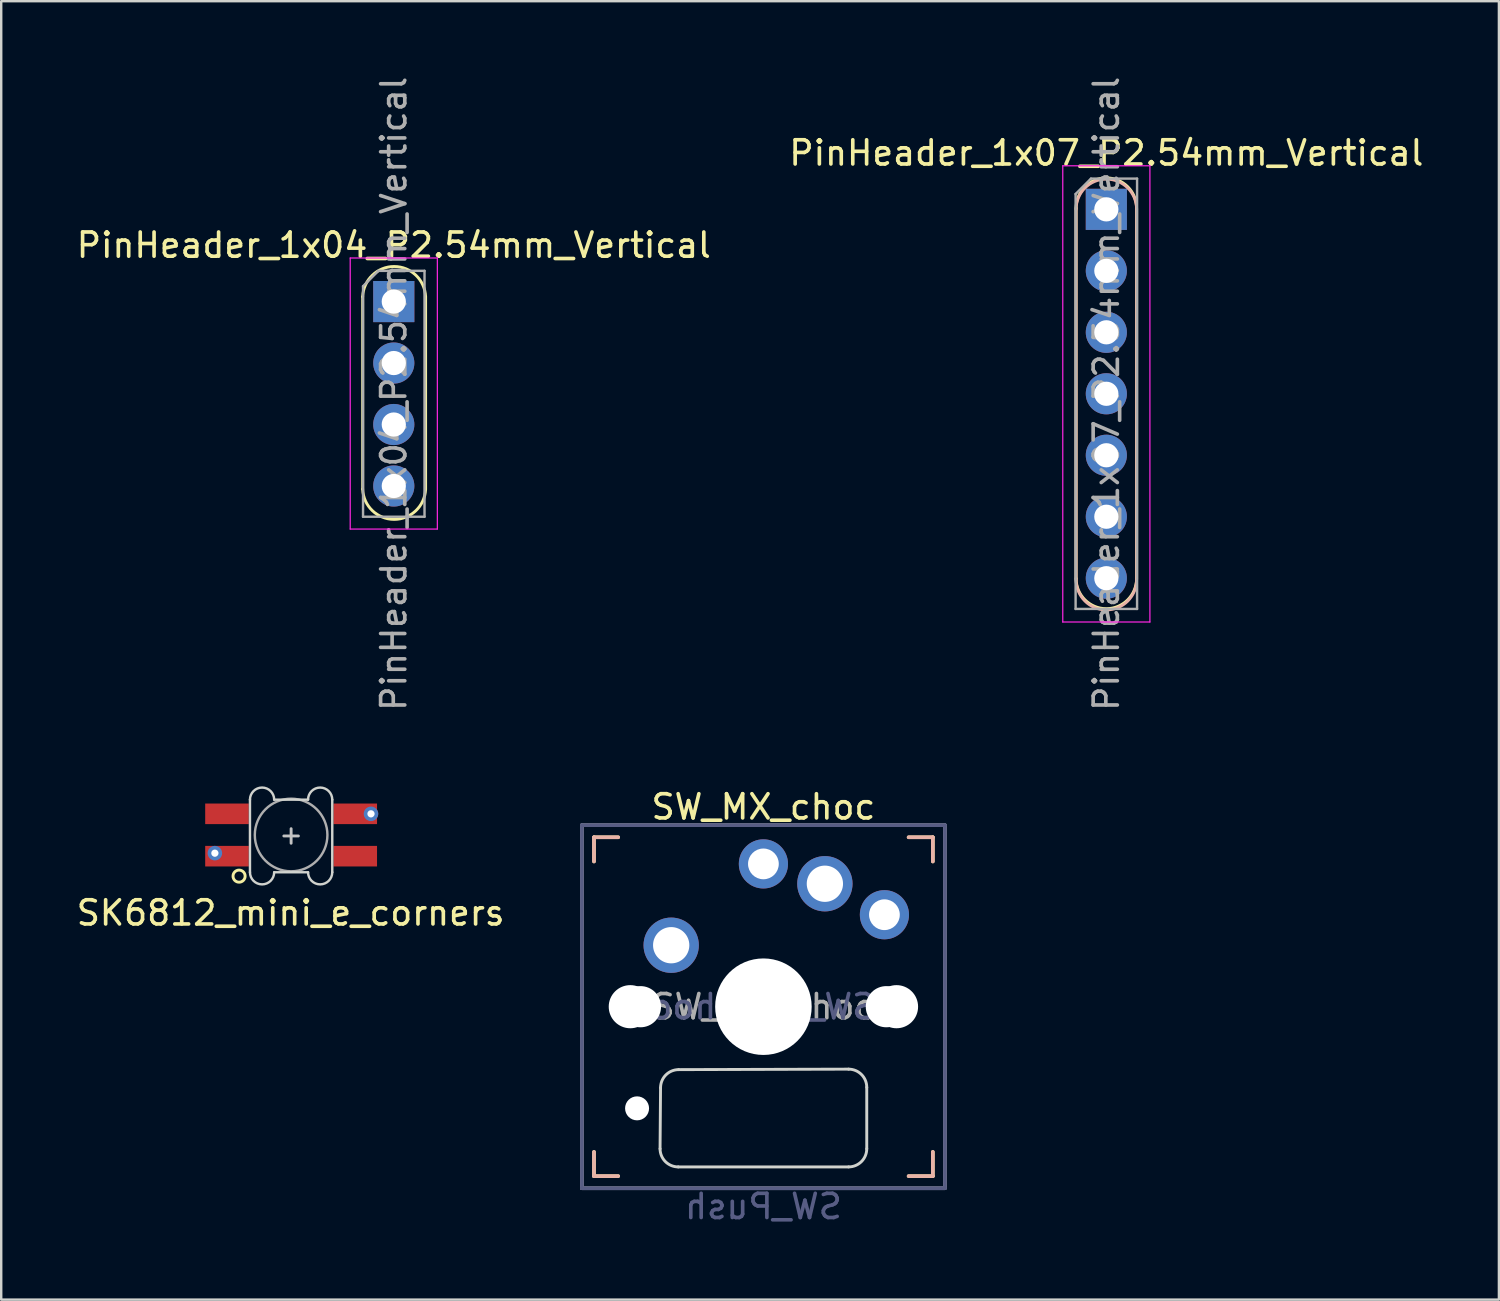
<source format=kicad_pcb>
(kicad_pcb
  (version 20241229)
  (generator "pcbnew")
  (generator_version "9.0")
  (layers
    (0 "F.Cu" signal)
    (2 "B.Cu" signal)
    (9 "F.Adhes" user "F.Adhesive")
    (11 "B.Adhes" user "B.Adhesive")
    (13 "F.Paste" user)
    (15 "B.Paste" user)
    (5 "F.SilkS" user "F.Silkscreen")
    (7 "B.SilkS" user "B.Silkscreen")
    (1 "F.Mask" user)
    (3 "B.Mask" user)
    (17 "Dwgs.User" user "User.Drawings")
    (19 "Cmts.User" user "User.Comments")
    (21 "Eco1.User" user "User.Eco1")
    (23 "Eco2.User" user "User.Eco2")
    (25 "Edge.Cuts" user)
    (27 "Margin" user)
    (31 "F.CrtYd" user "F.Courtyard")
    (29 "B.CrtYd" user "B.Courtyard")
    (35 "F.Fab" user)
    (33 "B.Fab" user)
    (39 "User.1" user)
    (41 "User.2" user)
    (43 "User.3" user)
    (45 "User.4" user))
  (footprint "SW_MX_choc"
    (layer "F.Cu")
    (at 28.492 38.544)
    (property "Reference" "SW_MX_choc" (at 0 -8.255 0) (layer "F.SilkS") (effects (font (size 1 1) (thickness 0.15))))
    (property "Value" "SW_Push" (at 0 8.255 0) (layer "F.Fab") (hide yes) (effects (font (size 1 1) (thickness 0.15))))
    (attr through_hole)
    (fp_line (start -7 -7) (end -6 -7) (stroke (width 0.15) (type solid)) (layer "F.SilkS"))
    (fp_line (start -7 -6) (end -7 -7) (stroke (width 0.15) (type solid)) (layer "F.SilkS"))
    (fp_line (start -7 7) (end -7 6) (stroke (width 0.15) (type solid)) (layer "F.SilkS"))
    (fp_line (start -6 7) (end -7 7) (stroke (width 0.15) (type solid)) (layer "F.SilkS"))
    (fp_line (start 6 -7) (end 7 -7) (stroke (width 0.15) (type solid)) (layer "F.SilkS"))
    (fp_line (start 7 -7) (end 7 -6) (stroke (width 0.15) (type solid)) (layer "F.SilkS"))
    (fp_line (start 7 6) (end 7 7) (stroke (width 0.15) (type solid)) (layer "F.SilkS"))
    (fp_line (start 7 7) (end 6 7) (stroke (width 0.15) (type solid)) (layer "F.SilkS"))
    (fp_line (start -7 -7) (end -6 -7) (stroke (width 0.15) (type solid)) (layer "B.SilkS"))
    (fp_line (start -7 -6) (end -7 -7) (stroke (width 0.15) (type solid)) (layer "B.SilkS"))
    (fp_line (start -7 7) (end -7 6) (stroke (width 0.15) (type solid)) (layer "B.SilkS"))
    (fp_line (start -6 7) (end -7 7) (stroke (width 0.15) (type solid)) (layer "B.SilkS"))
    (fp_line (start 6 -7) (end 7 -7) (stroke (width 0.15) (type solid)) (layer "B.SilkS"))
    (fp_line (start 7 -7) (end 7 -6) (stroke (width 0.15) (type solid)) (layer "B.SilkS"))
    (fp_line (start 7 6) (end 7 7) (stroke (width 0.15) (type solid)) (layer "B.SilkS"))
    (fp_line (start 7 7) (end 6 7) (stroke (width 0.15) (type solid)) (layer "B.SilkS"))
    (fp_line (start -6.9 6.9) (end -6.9 -6.9) (stroke (width 0.15) (type solid)) (layer "Eco2.User"))
    (fp_line (start -6.9 6.9) (end 6.9 6.9) (stroke (width 0.15) (type solid)) (layer "Eco2.User"))
    (fp_line (start 6.9 -6.9) (end -6.9 -6.9) (stroke (width 0.15) (type solid)) (layer "Eco2.User"))
    (fp_line (start 6.9 -6.9) (end 6.9 6.9) (stroke (width 0.15) (type solid)) (layer "Eco2.User"))
    (fp_line (start -4.25 3.35) (end -4.27 5.87) (stroke (width 0.12) (type solid)) (layer "Edge.Cuts"))
    (fp_line (start -3.52 6.62) (end 3.52 6.62) (stroke (width 0.12) (type solid)) (layer "Edge.Cuts"))
    (fp_line (start -3.5 2.6) (end 3.52 2.58) (stroke (width 0.12) (type solid)) (layer "Edge.Cuts"))
    (fp_line (start 4.27 5.87) (end 4.27 3.33) (stroke (width 0.12) (type solid)) (layer "Edge.Cuts"))
    (fp_arc (start -4.25 3.35) (mid -4.03033 2.81967) (end -3.5 2.6) (stroke (width 0.12) (type solid)) (layer "Edge.Cuts"))
    (fp_arc (start -3.51967 6.61967) (mid -4.05 6.4) (end -4.26967 5.86967) (stroke (width 0.12) (type solid)) (layer "Edge.Cuts"))
    (fp_arc (start 3.51967 2.58033) (mid 4.05 2.8) (end 4.26967 3.33033) (stroke (width 0.12) (type solid)) (layer "Edge.Cuts"))
    (fp_arc (start 4.26967 5.86967) (mid 4.05 6.4) (end 3.51967 6.61967) (stroke (width 0.12) (type solid)) (layer "Edge.Cuts"))
    (fp_line (start -7.5 -7.5) (end 7.5 -7.5) (stroke (width 0.15) (type solid)) (layer "B.Fab"))
    (fp_line (start -7.5 7.5) (end -7.5 -7.5) (stroke (width 0.15) (type solid)) (layer "B.Fab"))
    (fp_line (start 7.5 -7.5) (end 7.5 7.5) (stroke (width 0.15) (type solid)) (layer "B.Fab"))
    (fp_line (start 7.5 7.5) (end -7.5 7.5) (stroke (width 0.15) (type solid)) (layer "B.Fab"))
    (fp_line (start -7.5 -7.5) (end 7.5 -7.5) (stroke (width 0.15) (type solid)) (layer "F.Fab"))
    (fp_line (start -7.5 7.5) (end -7.5 -7.5) (stroke (width 0.15) (type solid)) (layer "F.Fab"))
    (fp_line (start 7.5 -7.5) (end 7.5 7.5) (stroke (width 0.15) (type solid)) (layer "F.Fab"))
    (fp_line (start 7.5 7.5) (end -7.5 7.5) (stroke (width 0.15) (type solid)) (layer "F.Fab"))
    (fp_text user "${VALUE}" (at 0 8.255 0) (layer "B.Fab") (effects (font (size 1 1) (thickness 0.15)) (justify mirror)))
    (fp_text user "${REFERENCE}" (at 0 0 0) (layer "B.Fab") (effects (font (size 1 1) (thickness 0.15)) (justify mirror)))
    (fp_text user "${REFERENCE}" (at 0 0 0) (layer "F.Fab") (effects (font (size 1 1) (thickness 0.15))))
    (pad "" np_thru_hole circle (at -5.5 0) (size 1.782 1.782) (drill 1.782) (layers "*.Cu" "*.Mask"))
    (pad "" np_thru_hole circle (at -5.22 4.2) (size 0.991 0.991) (drill 0.991) (layers "*.Cu" "*.Mask"))
    (pad "" np_thru_hole circle (at -5.08 0) (size 1.702 1.702) (drill 1.702) (layers "*.Cu" "*.Mask"))
    (pad "" np_thru_hole circle (at 0 0) (size 3.988 3.988) (drill 3.988) (layers "*.Cu" "*.Mask"))
    (pad "" np_thru_hole circle (at 5.08 0) (size 1.702 1.702) (drill 1.702) (layers "*.Cu" "*.Mask"))
    (pad "" np_thru_hole circle (at 5.5 0) (size 1.782 1.782) (drill 1.782) (layers "*.Cu" "*.Mask"))
    (pad "1" thru_hole circle (at -3.81 -2.54) (size 2.286 2.286) (drill 1.499) (layers "*.Cu" "*.Mask"))
    (pad "1" thru_hole circle (at 0 -5.9) (size 2.032 2.032) (drill 1.27) (layers "*.Cu" "*.Mask"))
    (pad "2" thru_hole circle (at 2.54 -5.08) (size 2.286 2.286) (drill 1.499) (layers "*.Cu" "*.Mask"))
    (pad "2" thru_hole circle (at 5 -3.8) (size 2.032 2.032) (drill 1.27) (layers "*.Cu" "*.Mask")))
  (footprint "PinHeader_1x07_P2.54mm_Vertical"
    (layer "F.Cu")
    (at 42.661 5.6)
    (property "Reference" "PinHeader_1x07_P2.54mm_Vertical" (at 0 -2.33 0) (layer "F.SilkS") (effects (font (size 1 1) (thickness 0.15))))
    (attr through_hole)
    (fp_line (start -1.25 -0.05) (end -1.25 15.25) (stroke (width 0.12) (type solid)) (layer "F.SilkS"))
    (fp_line (start 1.25 15.25) (end 1.25 -0.05) (stroke (width 0.12) (type solid)) (layer "F.SilkS"))
    (fp_arc (start -1.25 -0.05) (mid 0 -1.3) (end 1.25 -0.05) (stroke (width 0.12) (type solid)) (layer "F.SilkS"))
    (fp_arc (start 1.25 15.25) (mid 0 16.5) (end -1.25 15.25) (stroke (width 0.12) (type solid)) (layer "F.SilkS"))
    (fp_line (start -1.25 15.3) (end -1.25 0) (stroke (width 0.12) (type solid)) (layer "B.SilkS"))
    (fp_line (start 1.25 0) (end 1.25 15.3) (stroke (width 0.12) (type solid)) (layer "B.SilkS"))
    (fp_arc (start -1.25 0) (mid 0 -1.25) (end 1.25 0) (stroke (width 0.12) (type solid)) (layer "B.SilkS"))
    (fp_arc (start 1.25 15.3) (mid 0 16.55) (end -1.25 15.3) (stroke (width 0.12) (type solid)) (layer "B.SilkS"))
    (fp_line (start -1.8 -1.8) (end -1.8 17.05) (stroke (width 0.05) (type solid)) (layer "F.CrtYd"))
    (fp_line (start -1.8 17.05) (end 1.8 17.05) (stroke (width 0.05) (type solid)) (layer "F.CrtYd"))
    (fp_line (start 1.8 -1.8) (end -1.8 -1.8) (stroke (width 0.05) (type solid)) (layer "F.CrtYd"))
    (fp_line (start 1.8 17.05) (end 1.8 -1.8) (stroke (width 0.05) (type solid)) (layer "F.CrtYd"))
    (fp_line (start -1.27 -0.635) (end -0.635 -1.27) (stroke (width 0.1) (type solid)) (layer "F.Fab"))
    (fp_line (start -1.27 16.51) (end -1.27 -0.635) (stroke (width 0.1) (type solid)) (layer "F.Fab"))
    (fp_line (start -0.635 -1.27) (end 1.27 -1.27) (stroke (width 0.1) (type solid)) (layer "F.Fab"))
    (fp_line (start 1.27 -1.27) (end 1.27 16.51) (stroke (width 0.1) (type solid)) (layer "F.Fab"))
    (fp_line (start 1.27 16.51) (end -1.27 16.51) (stroke (width 0.1) (type solid)) (layer "F.Fab"))
    (fp_text user "${REFERENCE}" (at 0 7.62 90) (layer "F.Fab") (effects (font (size 1 1) (thickness 0.15))))
    (pad "1" thru_hole rect (at 0 0) (size 1.7 1.7) (drill 1) (layers "*.Cu" "*.Mask"))
    (pad "2" thru_hole oval (at 0 2.54) (size 1.7 1.7) (drill 1) (layers "*.Cu" "*.Mask"))
    (pad "3" thru_hole oval (at 0 5.08) (size 1.7 1.7) (drill 1) (layers "*.Cu" "*.Mask"))
    (pad "4" thru_hole oval (at 0 7.62) (size 1.7 1.7) (drill 1) (layers "*.Cu" "*.Mask"))
    (pad "5" thru_hole oval (at 0 10.16) (size 1.7 1.7) (drill 1) (layers "*.Cu" "*.Mask"))
    (pad "6" thru_hole oval (at 0 12.7) (size 1.7 1.7) (drill 1) (layers "*.Cu" "*.Mask"))
    (pad "7" thru_hole oval (at 0 15.24) (size 1.7 1.7) (drill 1) (layers "*.Cu" "*.Mask")))
  (footprint "SK6812_mini_e_corners"
    (layer "F.Cu")
    (at 8.978 31.35)
    (property "Reference" "SK6812_mini_e_corners" (at -0.02 3.32 0) (layer "F.SilkS") (effects (font (size 1 1) (thickness 0.15))))
    (attr through_hole)
    (fp_poly (pts (xy -1.7 1.35) (xy -3.1 1.35) (xy -3.5 0.95) (xy -3.5 0.6) (xy -1.7 0.6)) (stroke (width 0.1) (type solid)) (fill yes) (layer "F.Mask"))
    (fp_circle (center -2.15 1.8) (end -2 1.6) (stroke (width 0.12) (type solid)) (fill no) (layer "F.SilkS"))
    (fp_poly (pts (xy -1.7 1.35) (xy -3.1 1.35) (xy -3.5 0.95) (xy -3.5 0.6) (xy -1.7 0.6)) (stroke (width 0.1) (type solid)) (fill yes) (layer "F.Paste"))
    (fp_line (start -0.3 0.14) (end 0.3 0.14) (stroke (width 0.12) (type solid)) (layer "Dwgs.User"))
    (fp_line (start 0 0.44) (end 0 -0.16) (stroke (width 0.12) (type solid)) (layer "Dwgs.User"))
    (fp_line (start -1.7 -1.36) (end -1.7 1.64) (stroke (width 0.1) (type solid)) (layer "Edge.Cuts"))
    (fp_line (start -0.7 -1.36) (end 0.7 -1.36) (stroke (width 0.1) (type solid)) (layer "Edge.Cuts"))
    (fp_line (start -0.7 1.64) (end 0.7 1.64) (stroke (width 0.1) (type solid)) (layer "Edge.Cuts"))
    (fp_line (start 1.7 1.64) (end 1.7 -1.36) (stroke (width 0.1) (type solid)) (layer "Edge.Cuts"))
    (fp_arc (start -1.7 -1.36) (mid -1.2 -1.86) (end -0.7 -1.36) (stroke (width 0.1) (type solid)) (layer "Edge.Cuts"))
    (fp_arc (start -0.7 1.64) (mid -1.2 2.14) (end -1.7 1.64) (stroke (width 0.1) (type solid)) (layer "Edge.Cuts"))
    (fp_arc (start 0.7 -1.36) (mid 1.2 -1.86) (end 1.7 -1.36) (stroke (width 0.1) (type solid)) (layer "Edge.Cuts"))
    (fp_arc (start 1.7 1.64) (mid 1.2 2.14) (end 0.7 1.64) (stroke (width 0.1) (type solid)) (layer "Edge.Cuts"))
    (fp_circle (center 0 0.1) (end 0 -1.4) (stroke (width 0.1) (type solid)) (fill no) (layer "F.Fab"))
    (pad "1" smd rect (at 2.65 0.975) (size 1.8 0.85) (layers "F.Cu" "F.Mask" "F.Paste"))
    (pad "2" thru_hole circle (at -3.15 0.85) (size 0.6 0.6) (drill 0.3) (layers "*.Cu" "*.Mask"))
    (pad "2" smd rect (at -2.65 0.975) (size 1.8 0.85) (layers "F.Cu"))
    (pad "3" smd rect (at -2.65 -0.775 180) (size 1.8 0.85) (layers "F.Cu" "F.Mask" "F.Paste"))
    (pad "4" smd rect (at 2.65 -0.775 180) (size 1.8 0.85) (layers "F.Cu" "F.Mask" "F.Paste"))
    (pad "4" thru_hole circle (at 3.3 -0.775) (size 0.6 0.6) (drill 0.3) (layers "*.Cu" "*.Mask")))
  (footprint "PinHeader_1x04_P2.54mm_Vertical"
    (layer "F.Cu")
    (at 13.22 9.41)
    (property "Reference" "PinHeader_1x04_P2.54mm_Vertical" (at 0 -2.33 0) (layer "F.SilkS") (effects (font (size 1 1) (thickness 0.15))))
    (attr through_hole)
    (fp_line (start -1.285 -0.201) (end -1.285 7.75) (stroke (width 0.12) (type solid)) (layer "F.SilkS"))
    (fp_line (start 1.315 -0.199) (end 1.315 7.752) (stroke (width 0.12) (type solid)) (layer "F.SilkS"))
    (fp_arc (start -1.285344 -0.201036) (mid 0.015576 -1.45) (end 1.314577 -0.199039) (stroke (width 0.12) (type solid)) (layer "F.SilkS"))
    (fp_arc (start 1.314577 7.751997) (mid 0.013657 9.000962) (end -1.285344 7.75) (stroke (width 0.12) (type solid)) (layer "F.SilkS"))
    (fp_line (start -1.8 -1.8) (end -1.8 9.4) (stroke (width 0.05) (type solid)) (layer "F.CrtYd"))
    (fp_line (start -1.8 9.4) (end 1.8 9.4) (stroke (width 0.05) (type solid)) (layer "F.CrtYd"))
    (fp_line (start 1.8 -1.8) (end -1.8 -1.8) (stroke (width 0.05) (type solid)) (layer "F.CrtYd"))
    (fp_line (start 1.8 9.4) (end 1.8 -1.8) (stroke (width 0.05) (type solid)) (layer "F.CrtYd"))
    (fp_line (start -1.27 -0.635) (end -0.635 -1.27) (stroke (width 0.1) (type solid)) (layer "F.Fab"))
    (fp_line (start -1.27 8.89) (end -1.27 -0.635) (stroke (width 0.1) (type solid)) (layer "F.Fab"))
    (fp_line (start -0.635 -1.27) (end 1.27 -1.27) (stroke (width 0.1) (type solid)) (layer "F.Fab"))
    (fp_line (start 1.27 -1.27) (end 1.27 8.89) (stroke (width 0.1) (type solid)) (layer "F.Fab"))
    (fp_line (start 1.27 8.89) (end -1.27 8.89) (stroke (width 0.1) (type solid)) (layer "F.Fab"))
    (fp_text user "${REFERENCE}" (at 0 3.81 270) (layer "F.Fab") (effects (font (size 1 1) (thickness 0.15))))
    (pad "1" thru_hole rect (at 0 0) (size 1.7 1.7) (drill 1) (layers "*.Cu" "*.Mask"))
    (pad "2" thru_hole oval (at 0 2.54) (size 1.7 1.7) (drill 1) (layers "*.Cu" "*.Mask"))
    (pad "3" thru_hole oval (at 0 5.08) (size 1.7 1.7) (drill 1) (layers "*.Cu" "*.Mask"))
    (pad "4" thru_hole oval (at 0 7.62) (size 1.7 1.7) (drill 1) (layers "*.Cu" "*.Mask")))
  (gr_rect
    (start -3 -3)
    (end 58.881 50.647)
    (stroke (width 0.1) (type default))
    (fill no)
    (layer "Edge.Cuts")))
</source>
